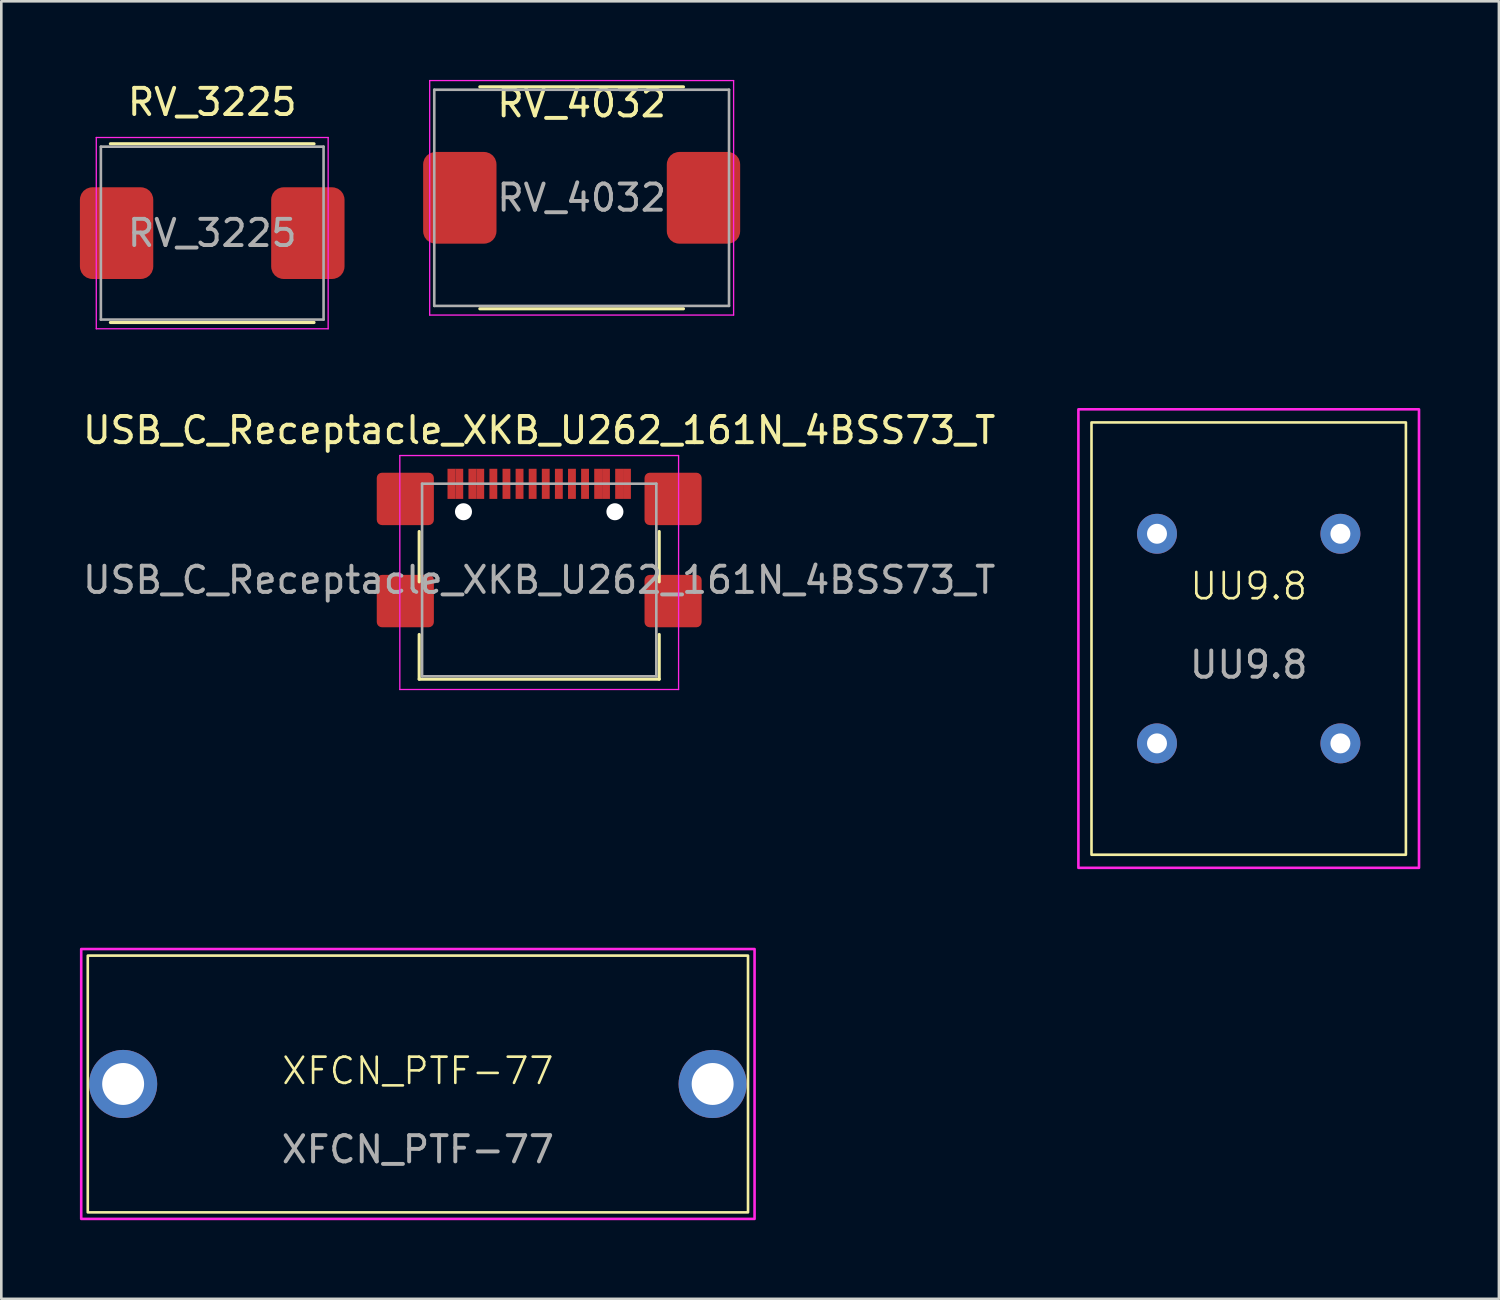
<source format=kicad_pcb>
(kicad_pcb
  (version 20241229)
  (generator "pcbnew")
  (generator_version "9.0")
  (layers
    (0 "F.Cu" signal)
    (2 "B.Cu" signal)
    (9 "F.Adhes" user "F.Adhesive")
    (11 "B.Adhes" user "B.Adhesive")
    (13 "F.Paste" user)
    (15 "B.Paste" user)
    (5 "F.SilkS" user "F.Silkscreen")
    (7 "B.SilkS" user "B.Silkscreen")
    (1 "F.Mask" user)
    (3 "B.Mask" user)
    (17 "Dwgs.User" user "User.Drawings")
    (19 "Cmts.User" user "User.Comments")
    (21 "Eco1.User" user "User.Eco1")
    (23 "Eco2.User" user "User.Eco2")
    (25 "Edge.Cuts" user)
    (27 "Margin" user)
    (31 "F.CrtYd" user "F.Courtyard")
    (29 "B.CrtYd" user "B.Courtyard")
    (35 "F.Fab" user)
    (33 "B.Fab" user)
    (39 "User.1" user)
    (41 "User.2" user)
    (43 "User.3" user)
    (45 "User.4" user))
  (footprint "RV_3225"
    (layer "F.Cu")
    (at 5.05 5.848)
    (property "Reference" "RV_3225" (at 0 -5 0) (layer "F.SilkS") (effects (font (size 1 1) (thickness 0.15))))
    (attr smd)
    (fp_line (start -3.886 -3.41) (end 3.886 -3.41) (stroke (width 0.12) (type solid)) (layer "F.SilkS"))
    (fp_line (start -3.886 3.41) (end 3.886 3.41) (stroke (width 0.12) (type solid)) (layer "F.SilkS"))
    (fp_line (start -4.425 -3.65) (end 4.425 -3.65) (stroke (width 0.05) (type solid)) (layer "F.CrtYd"))
    (fp_line (start -4.425 3.65) (end -4.425 -3.65) (stroke (width 0.05) (type solid)) (layer "F.CrtYd"))
    (fp_line (start 4.425 -3.65) (end 4.425 3.65) (stroke (width 0.05) (type solid)) (layer "F.CrtYd"))
    (fp_line (start 4.425 3.65) (end -4.425 3.65) (stroke (width 0.05) (type solid)) (layer "F.CrtYd"))
    (fp_line (start -4.25 -3.3) (end 4.25 -3.3) (stroke (width 0.1) (type solid)) (layer "F.Fab"))
    (fp_line (start -4.25 3.3) (end -4.25 -3.3) (stroke (width 0.1) (type solid)) (layer "F.Fab"))
    (fp_line (start 4.25 -3.3) (end 4.25 3.3) (stroke (width 0.1) (type solid)) (layer "F.Fab"))
    (fp_line (start 4.25 3.3) (end -4.25 3.3) (stroke (width 0.1) (type solid)) (layer "F.Fab"))
    (fp_text user "${REFERENCE}" (at 0 0 0) (layer "F.Fab") (effects (font (size 1 1) (thickness 0.15))))
    (pad "1" smd roundrect (at -3.65 0) (size 2.8 3.5) (layers "F.Cu" "F.Mask" "F.Paste") (roundrect_rratio 0.169))
    (pad "2" smd roundrect (at 3.65 0) (size 2.8 3.5) (layers "F.Cu" "F.Mask" "F.Paste") (roundrect_rratio 0.169)))
  (footprint "USB_C_Receptacle_XKB_U262_161N_4BSS73_T"
    (layer "F.Cu")
    (at 17.53 19.087)
    (property "Reference" "USB_C_Receptacle_XKB_U262_161N_4BSS73_T" (at 0 -5.715 0) (layer "F.SilkS") (effects (font (size 1 1) (thickness 0.15))))
    (attr smd)
    (fp_line (start -4.58 -1.85) (end -4.58 0.07) (stroke (width 0.12) (type solid)) (layer "F.SilkS"))
    (fp_line (start -4.58 3.785) (end -4.58 2.08) (stroke (width 0.12) (type solid)) (layer "F.SilkS"))
    (fp_line (start 4.58 0.07) (end 4.58 -1.85) (stroke (width 0.12) (type solid)) (layer "F.SilkS"))
    (fp_line (start 4.58 2.08) (end 4.58 3.785) (stroke (width 0.12) (type solid)) (layer "F.SilkS"))
    (fp_line (start 4.58 3.785) (end -4.58 3.785) (stroke (width 0.12) (type solid)) (layer "F.SilkS"))
    (fp_line (start -5.32 -4.75) (end 5.32 -4.75) (stroke (width 0.05) (type solid)) (layer "F.CrtYd"))
    (fp_line (start -5.32 4.18) (end -5.32 -4.75) (stroke (width 0.05) (type solid)) (layer "F.CrtYd"))
    (fp_line (start 5.32 -4.75) (end 5.32 4.18) (stroke (width 0.05) (type solid)) (layer "F.CrtYd"))
    (fp_line (start 5.32 4.18) (end -5.32 4.18) (stroke (width 0.05) (type solid)) (layer "F.CrtYd"))
    (fp_line (start -4.47 -3.675) (end -4.47 3.675) (stroke (width 0.1) (type solid)) (layer "F.Fab"))
    (fp_line (start -4.47 -3.675) (end 4.47 -3.675) (stroke (width 0.1) (type solid)) (layer "F.Fab"))
    (fp_line (start -4.47 3.675) (end 4.47 3.675) (stroke (width 0.1) (type solid)) (layer "F.Fab"))
    (fp_line (start 4.47 3.675) (end 4.47 -3.675) (stroke (width 0.1) (type solid)) (layer "F.Fab"))
    (fp_text user "${REFERENCE}" (at 0 0 0) (layer "F.Fab") (effects (font (size 1 1) (thickness 0.15))))
    (pad "" np_thru_hole circle (at -2.89 -2.605) (size 0.65 0.65) (drill 0.65) (layers "*.Cu" "*.Mask"))
    (pad "" np_thru_hole circle (at 2.89 -2.605) (size 0.65 0.65) (drill 0.65) (layers "*.Cu" "*.Mask"))
    (pad "A1" smd rect (at -3.35 -3.67) (size 0.3 1.15) (layers "F.Cu" "F.Mask" "F.Paste"))
    (pad "A4" smd rect (at -2.55 -3.67) (size 0.3 1.15) (layers "F.Cu" "F.Mask" "F.Paste"))
    (pad "A5" smd rect (at -1.25 -3.67) (size 0.3 1.15) (layers "F.Cu" "F.Mask" "F.Paste"))
    (pad "A6" smd rect (at -0.25 -3.67) (size 0.3 1.15) (layers "F.Cu" "F.Mask" "F.Paste"))
    (pad "A7" smd rect (at 0.25 -3.67) (size 0.3 1.15) (layers "F.Cu" "F.Mask" "F.Paste"))
    (pad "A8" smd rect (at 1.25 -3.67) (size 0.3 1.15) (layers "F.Cu" "F.Mask" "F.Paste"))
    (pad "A9" smd rect (at 2.55 -3.67) (size 0.3 1.15) (layers "F.Cu" "F.Mask" "F.Paste"))
    (pad "A12" smd rect (at 3.35 -3.67) (size 0.3 1.15) (layers "F.Cu" "F.Mask" "F.Paste"))
    (pad "B1" smd rect (at 3.05 -3.67) (size 0.3 1.15) (layers "F.Cu" "F.Mask" "F.Paste"))
    (pad "B4" smd rect (at 2.25 -3.67) (size 0.3 1.15) (layers "F.Cu" "F.Mask" "F.Paste"))
    (pad "B5" smd rect (at 1.75 -3.67) (size 0.3 1.15) (layers "F.Cu" "F.Mask" "F.Paste"))
    (pad "B6" smd rect (at 0.75 -3.67) (size 0.3 1.15) (layers "F.Cu" "F.Mask" "F.Paste"))
    (pad "B7" smd rect (at -0.75 -3.67) (size 0.3 1.15) (layers "F.Cu" "F.Mask" "F.Paste"))
    (pad "B8" smd rect (at -1.75 -3.67) (size 0.3 1.15) (layers "F.Cu" "F.Mask" "F.Paste"))
    (pad "B9" smd rect (at -2.25 -3.67) (size 0.3 1.15) (layers "F.Cu" "F.Mask" "F.Paste"))
    (pad "B12" smd rect (at -3.05 -3.67) (size 0.3 1.15) (layers "F.Cu" "F.Mask" "F.Paste"))
    (pad "S1" smd roundrect (at -5.11 -3.095) (size 2.18 2) (layers "F.Cu" "F.Mask" "F.Paste") (roundrect_rratio 0.1))
    (pad "S1" smd roundrect (at -5.11 0.805) (size 2.18 2) (layers "F.Cu" "F.Mask" "F.Paste") (roundrect_rratio 0.1))
    (pad "S1" smd roundrect (at 5.11 -3.095) (size 2.18 2) (layers "F.Cu" "F.Mask" "F.Paste") (roundrect_rratio 0.1))
    (pad "S1" smd roundrect (at 5.11 0.805) (size 2.18 2) (layers "F.Cu" "F.Mask" "F.Paste") (roundrect_rratio 0.1)))
  (footprint "XFCN_PTF-77"
    (layer "F.Cu")
    (at 12.9 38.323)
    (property "Reference" "XFCN_PTF-77" (at 0 -0.5 0) (unlocked yes) (layer "F.SilkS") (effects (font (size 1 1) (thickness 0.1))))
    (attr through_hole)
    (fp_rect (start -12.6 -4.9) (end 12.6 4.9) (stroke (width 0.1) (type default)) (fill no) (layer "F.SilkS"))
    (fp_rect (start -12.85 -5.15) (end 12.85 5.15) (stroke (width 0.1) (type default)) (fill no) (layer "F.CrtYd"))
    (fp_text user "${REFERENCE}" (at 0 2.5 0) (unlocked yes) (layer "F.Fab") (effects (font (size 1 1) (thickness 0.15))))
    (pad "1" thru_hole circle (at 11.25 0) (size 2.6 2.6) (drill 1.6) (layers "*.Cu" "*.Mask"))
    (pad "2" thru_hole circle (at -11.25 0) (size 2.6 2.6) (drill 1.6) (layers "*.Cu" "*.Mask")))
  (footprint "RV_4032"
    (layer "F.Cu")
    (at 19.15 4.5)
    (property "Reference" "RV_4032" (at 0 -3.6 0) (layer "F.SilkS") (effects (font (size 1 1) (thickness 0.15))))
    (attr smd)
    (fp_line (start -3.886 -4.235) (end 3.886 -4.235) (stroke (width 0.12) (type solid)) (layer "F.SilkS"))
    (fp_line (start -3.886 4.235) (end 3.886 4.235) (stroke (width 0.12) (type solid)) (layer "F.SilkS"))
    (fp_line (start -5.8 -4.475) (end 5.8 -4.475) (stroke (width 0.05) (type solid)) (layer "F.CrtYd"))
    (fp_line (start -5.8 4.475) (end -5.8 -4.475) (stroke (width 0.05) (type solid)) (layer "F.CrtYd"))
    (fp_line (start 5.8 -4.475) (end 5.8 4.475) (stroke (width 0.05) (type solid)) (layer "F.CrtYd"))
    (fp_line (start 5.8 4.475) (end -5.8 4.475) (stroke (width 0.05) (type solid)) (layer "F.CrtYd"))
    (fp_line (start -5.625 -4.125) (end 5.625 -4.125) (stroke (width 0.1) (type solid)) (layer "F.Fab"))
    (fp_line (start -5.625 4.125) (end -5.625 -4.125) (stroke (width 0.1) (type solid)) (layer "F.Fab"))
    (fp_line (start 5.625 -4.125) (end 5.625 4.125) (stroke (width 0.1) (type solid)) (layer "F.Fab"))
    (fp_line (start 5.625 4.125) (end -5.625 4.125) (stroke (width 0.1) (type solid)) (layer "F.Fab"))
    (fp_text user "${REFERENCE}" (at 0 0 0) (layer "F.Fab") (effects (font (size 1 1) (thickness 0.15))))
    (pad "1" smd roundrect (at -4.65 0) (size 2.8 3.5) (layers "F.Cu" "F.Mask" "F.Paste") (roundrect_rratio 0.169))
    (pad "2" smd roundrect (at 4.65 0) (size 2.8 3.5) (layers "F.Cu" "F.Mask" "F.Paste") (roundrect_rratio 0.169)))
  (footprint "UU9.8"
    (layer "F.Cu")
    (at 44.61 21.323)
    (property "Reference" "UU9.8" (at 0 -2 0) (unlocked yes) (layer "F.SilkS") (effects (font (size 1 1) (thickness 0.1))))
    (attr through_hole)
    (fp_rect (start -6 -8.25) (end 6 8.25) (stroke (width 0.1) (type default)) (fill no) (layer "F.SilkS"))
    (fp_rect (start -6.5 -8.75) (end 6.5 8.75) (stroke (width 0.1) (type default)) (fill no) (layer "F.CrtYd"))
    (fp_text user "${REFERENCE}" (at 0 1 0) (unlocked yes) (layer "F.Fab") (effects (font (size 1 1) (thickness 0.15))))
    (pad "1" thru_hole circle (at -3.5 4 90) (size 1.524 1.524) (drill 0.762) (layers "*.Cu" "*.Mask"))
    (pad "2" thru_hole circle (at 3.5 4 90) (size 1.524 1.524) (drill 0.762) (layers "*.Cu" "*.Mask"))
    (pad "3" thru_hole circle (at -3.5 -4 90) (size 1.524 1.524) (drill 0.762) (layers "*.Cu" "*.Mask"))
    (pad "4" thru_hole circle (at 3.5 -4 90) (size 1.524 1.524) (drill 0.762) (layers "*.Cu" "*.Mask")))
  (gr_rect
    (start -3 -3)
    (end 54.16 46.523)
    (stroke (width 0.1) (type default))
    (fill no)
    (layer "Edge.Cuts")))
</source>
